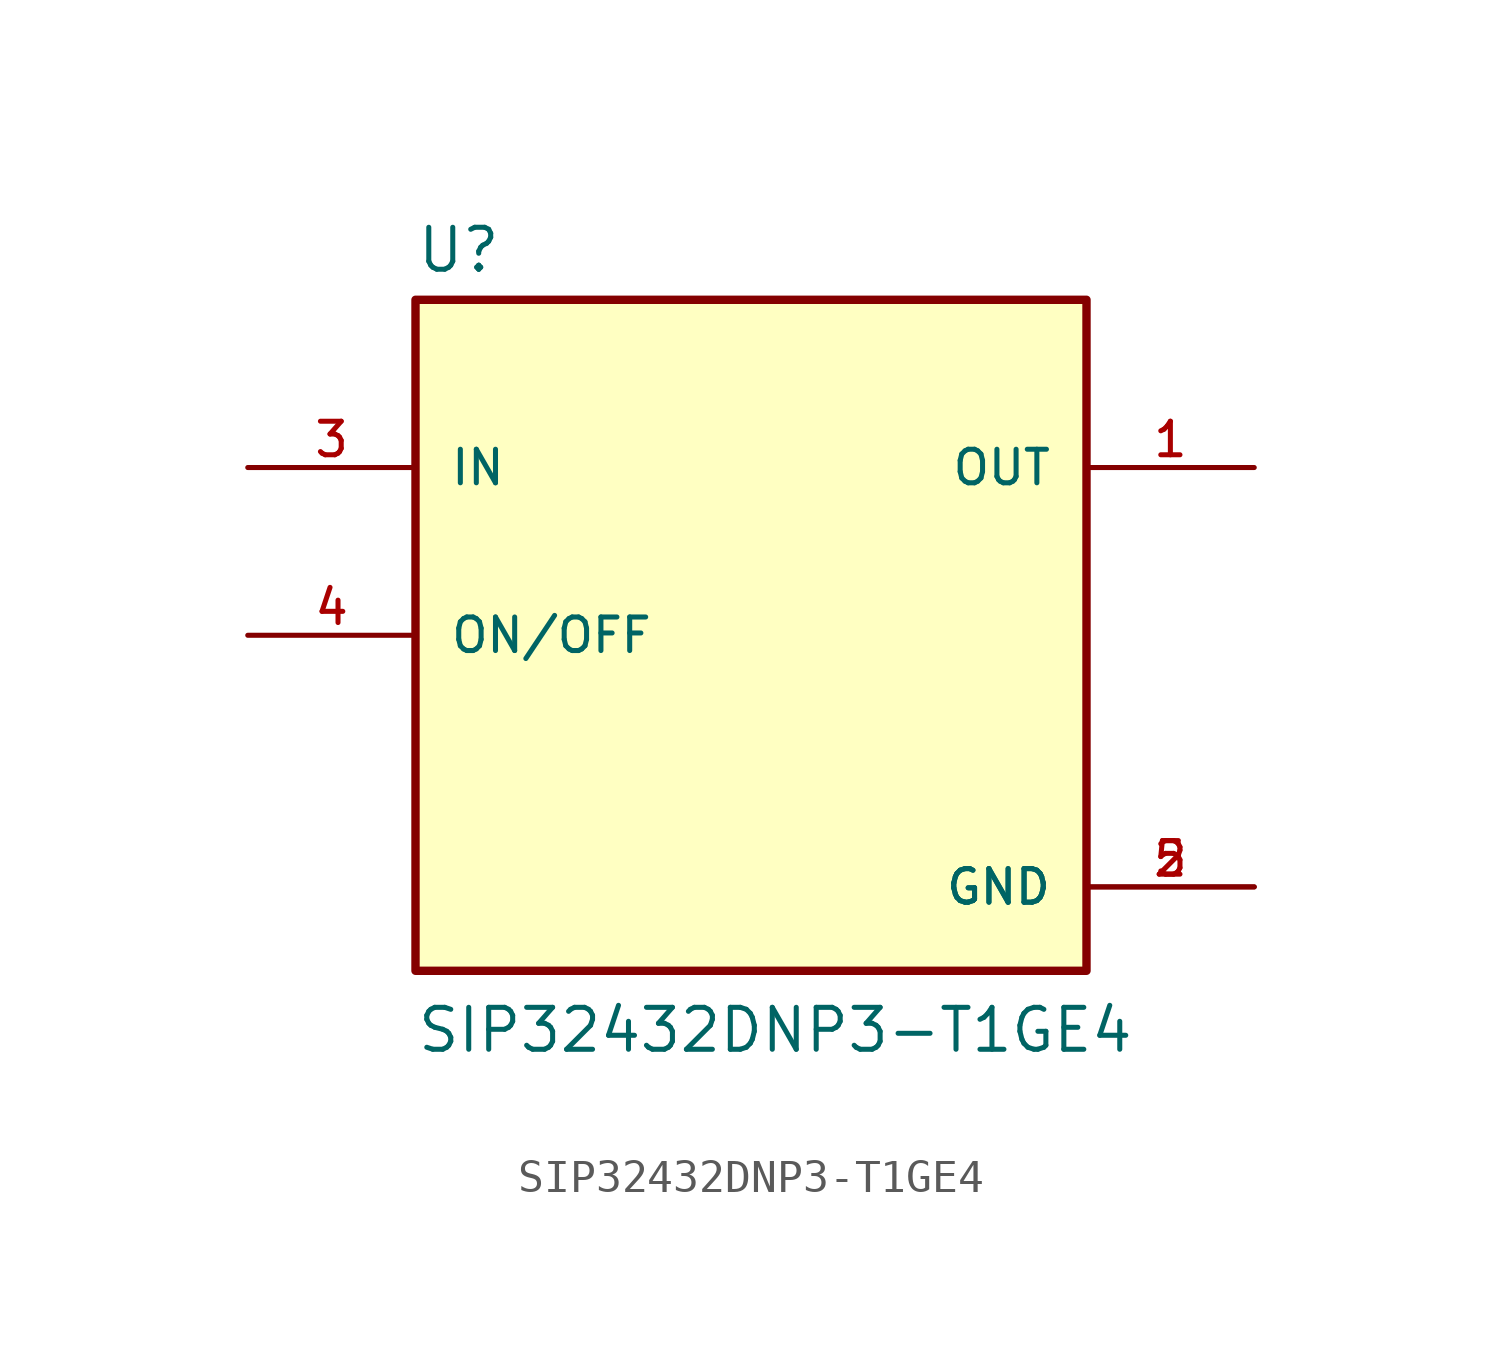
<source format=kicad_sym>
(kicad_symbol_lib
  (version 20211014)
  (generator kicad_symbol_editor)
  (symbol "SIP32432DNP3-T1GE4"
    (pin_names
      (offset 1.016))
    (property "Reference" "U"
      (at -10.16 10.922 0)
      (effects (font (size 1.27 1.27)) (justify bottom left)))
    (property "Value" "SIP32432DNP3-T1GE4"
      (at -10.16 -12.7 0)
      (effects (font (size 1.27 1.27)) (justify bottom left)))
    (symbol "SIP32432DNP3-T1GE4_0_0"
      (rectangle (start -10.16 -10.16) (end 10.16 10.16) (stroke (width 0.254)) (fill (type background)))
      (pin input line (at -15.24 5.08 0) (length 5.08) (name "IN" (effects (font (size 1.016 1.016)))) (number "3" (effects (font (size 1.016 1.016)))))
      (pin input line (at -15.24 0.0 0) (length 5.08) (name "ON/OFF" (effects (font (size 1.016 1.016)))) (number "4" (effects (font (size 1.016 1.016)))))
      (pin output line (at 15.24 5.08 180.0) (length 5.08) (name "OUT" (effects (font (size 1.016 1.016)))) (number "1" (effects (font (size 1.016 1.016)))))
      (pin power_in line (at 15.24 -7.62 180.0) (length 5.08) (name "GND" (effects (font (size 1.016 1.016)))) (number "2" (effects (font (size 1.016 1.016)))))
      (pin power_in line (at 15.24 -7.62 180.0) (length 5.08) (name "GND" (effects (font (size 1.016 1.016)))) (number "5" (effects (font (size 1.016 1.016))))))))
</source>
